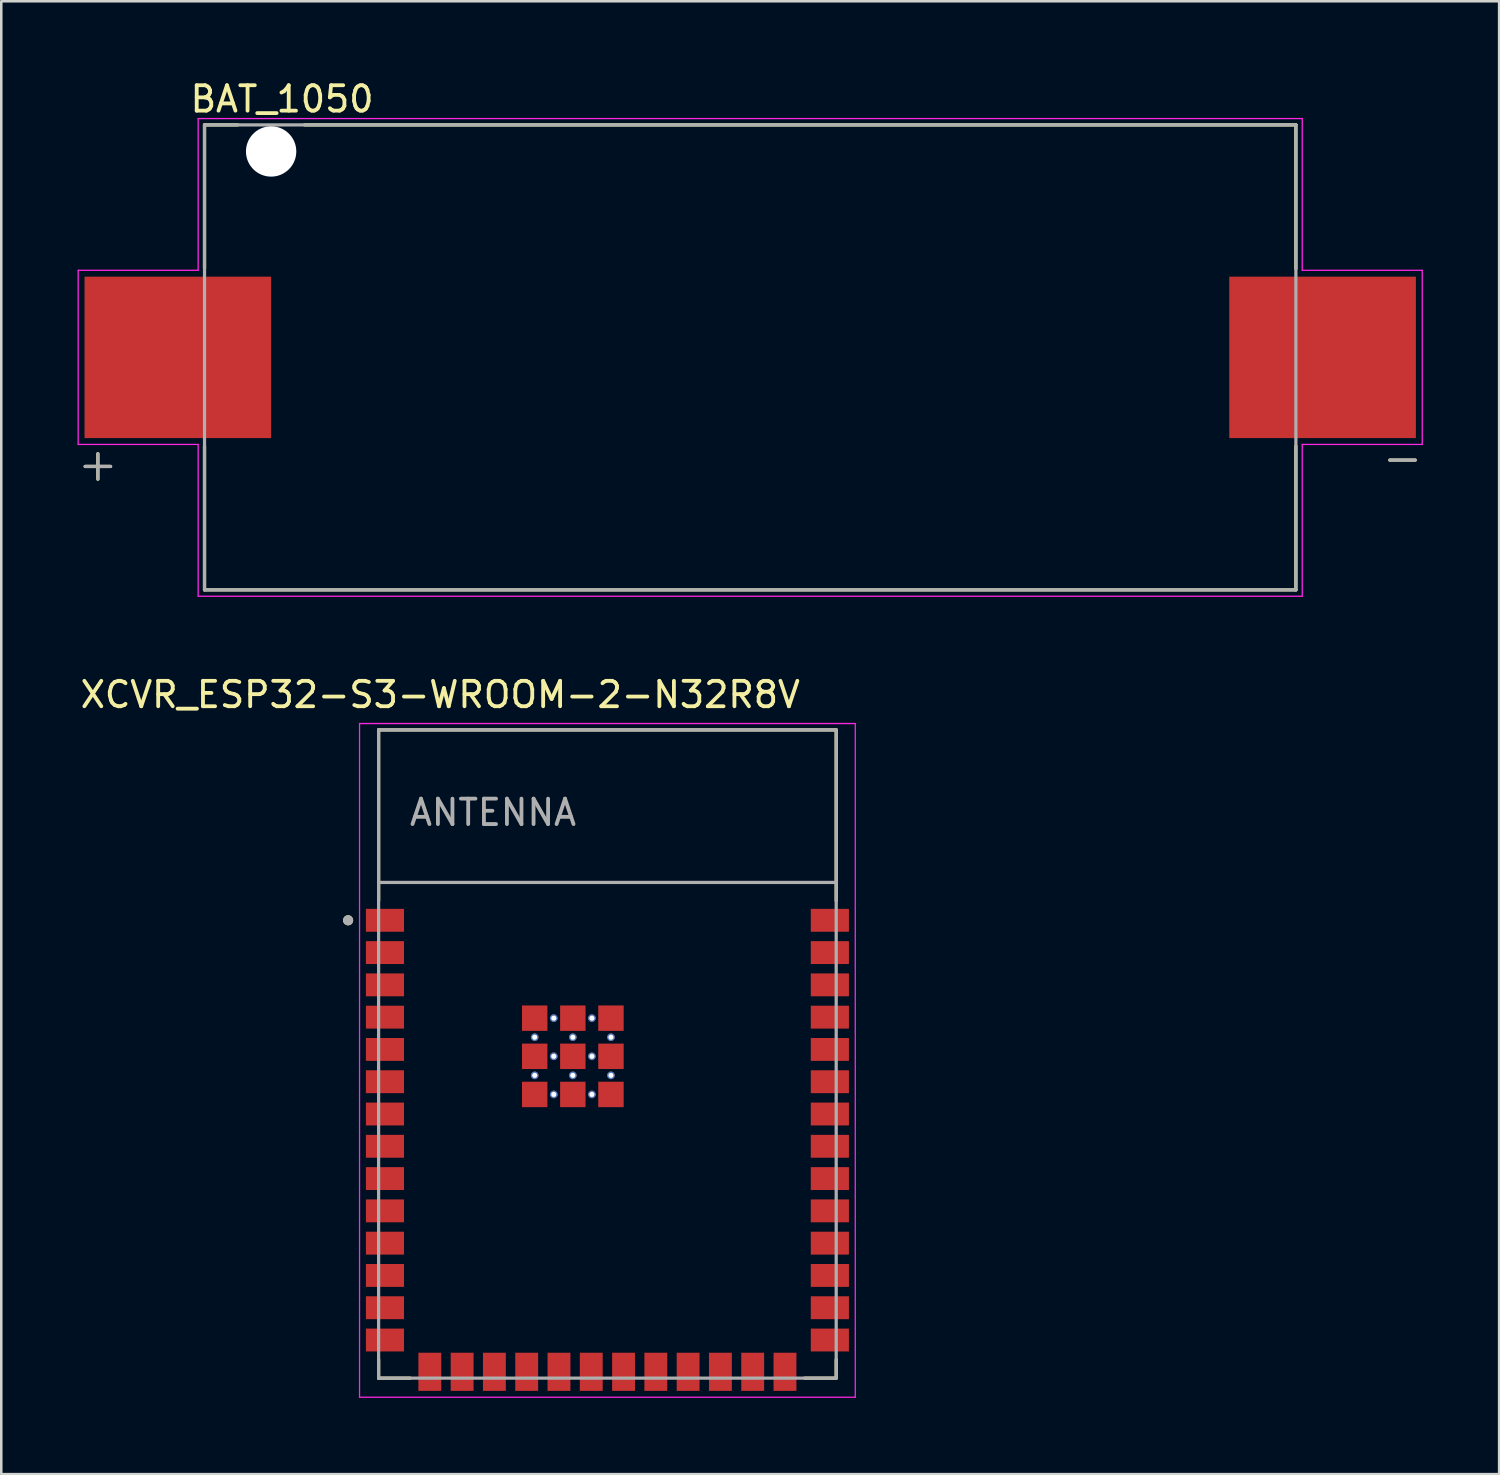
<source format=kicad_pcb>
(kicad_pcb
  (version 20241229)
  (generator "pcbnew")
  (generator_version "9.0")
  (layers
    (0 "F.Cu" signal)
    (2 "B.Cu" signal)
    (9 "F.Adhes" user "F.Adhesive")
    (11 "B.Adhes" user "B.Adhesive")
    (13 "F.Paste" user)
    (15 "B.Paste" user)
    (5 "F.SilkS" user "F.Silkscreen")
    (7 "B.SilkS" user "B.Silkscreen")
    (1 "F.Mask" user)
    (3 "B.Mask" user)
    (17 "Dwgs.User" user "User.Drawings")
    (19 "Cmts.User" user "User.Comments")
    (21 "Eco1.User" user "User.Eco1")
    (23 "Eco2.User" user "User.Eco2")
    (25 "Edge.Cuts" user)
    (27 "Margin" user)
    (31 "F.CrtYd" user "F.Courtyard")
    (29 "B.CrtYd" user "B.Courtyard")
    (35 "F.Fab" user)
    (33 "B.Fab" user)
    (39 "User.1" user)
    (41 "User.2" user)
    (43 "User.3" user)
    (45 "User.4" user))
  (footprint "BAT_1050"
    (layer "F.Cu")
    (at 26.46 11.008)
    (property "Reference" "BAT_1050" (at -18.415 -10.16 0) (layer "F.SilkS") (effects (font (size 1 1) (thickness 0.15))))
    (attr smd)
    (fp_line (start -26.16 4.29) (end -25.16 4.29) (stroke (width 0.127) (type solid)) (layer "F.SilkS"))
    (fp_line (start -25.66 3.79) (end -25.66 4.79) (stroke (width 0.127) (type solid)) (layer "F.SilkS"))
    (fp_line (start -21.465 -9.145) (end -20.16 -9.145) (stroke (width 0.127) (type solid)) (layer "F.SilkS"))
    (fp_line (start -21.465 -3.49) (end -21.465 -9.145) (stroke (width 0.127) (type solid)) (layer "F.SilkS"))
    (fp_line (start -21.465 9.145) (end -21.465 3.49) (stroke (width 0.127) (type solid)) (layer "F.SilkS"))
    (fp_line (start -17.53 -9.145) (end 21.465 -9.145) (stroke (width 0.127) (type solid)) (layer "F.SilkS"))
    (fp_line (start 21.465 -9.145) (end 21.465 -3.49) (stroke (width 0.127) (type solid)) (layer "F.SilkS"))
    (fp_line (start 21.465 3.49) (end 21.465 9.145) (stroke (width 0.127) (type solid)) (layer "F.SilkS"))
    (fp_line (start 21.465 9.145) (end -21.465 9.145) (stroke (width 0.127) (type solid)) (layer "F.SilkS"))
    (fp_line (start 25.16 4.04) (end 26.16 4.04) (stroke (width 0.127) (type solid)) (layer "F.SilkS"))
    (fp_line (start -26.435 -3.425) (end -26.435 3.425) (stroke (width 0.05) (type solid)) (layer "F.CrtYd"))
    (fp_line (start -26.435 -3.425) (end -21.715 -3.425) (stroke (width 0.05) (type solid)) (layer "F.CrtYd"))
    (fp_line (start -26.435 3.425) (end -21.715 3.425) (stroke (width 0.05) (type solid)) (layer "F.CrtYd"))
    (fp_line (start -21.715 -3.425) (end -21.715 -9.395) (stroke (width 0.05) (type solid)) (layer "F.CrtYd"))
    (fp_line (start -21.715 3.425) (end -21.715 9.395) (stroke (width 0.05) (type solid)) (layer "F.CrtYd"))
    (fp_line (start -21.715 9.395) (end 21.715 9.395) (stroke (width 0.05) (type solid)) (layer "F.CrtYd"))
    (fp_line (start 21.715 -9.395) (end -21.715 -9.395) (stroke (width 0.05) (type solid)) (layer "F.CrtYd"))
    (fp_line (start 21.715 -9.395) (end 21.715 -3.425) (stroke (width 0.05) (type solid)) (layer "F.CrtYd"))
    (fp_line (start 21.715 -3.425) (end 26.435 -3.425) (stroke (width 0.05) (type solid)) (layer "F.CrtYd"))
    (fp_line (start 21.715 3.425) (end 21.715 9.395) (stroke (width 0.05) (type solid)) (layer "F.CrtYd"))
    (fp_line (start 21.715 3.425) (end 26.435 3.425) (stroke (width 0.05) (type solid)) (layer "F.CrtYd"))
    (fp_line (start 26.435 3.425) (end 26.435 -3.425) (stroke (width 0.05) (type solid)) (layer "F.CrtYd"))
    (fp_line (start -26.16 4.29) (end -25.16 4.29) (stroke (width 0.127) (type solid)) (layer "F.Fab"))
    (fp_line (start -25.66 3.79) (end -25.66 4.79) (stroke (width 0.127) (type solid)) (layer "F.Fab"))
    (fp_line (start -21.465 -9.145) (end 21.465 -9.145) (stroke (width 0.127) (type solid)) (layer "F.Fab"))
    (fp_line (start -21.465 9.145) (end -21.465 -9.145) (stroke (width 0.127) (type solid)) (layer "F.Fab"))
    (fp_line (start 21.465 -9.145) (end 21.465 9.145) (stroke (width 0.127) (type solid)) (layer "F.Fab"))
    (fp_line (start 21.465 9.145) (end -21.465 9.145) (stroke (width 0.127) (type solid)) (layer "F.Fab"))
    (fp_line (start 25.16 4.04) (end 26.16 4.04) (stroke (width 0.127) (type solid)) (layer "F.Fab"))
    (pad "" np_thru_hole circle (at -18.845 -8.1) (size 1.98 1.98) (drill 1.98) (layers "*.Cu" "*.Mask"))
    (pad "N" smd rect (at 22.515 0) (size 7.34 6.35) (layers "F.Cu" "F.Mask" "F.Paste"))
    (pad "P" smd rect (at -22.515 0) (size 7.34 6.35) (layers "F.Cu" "F.Mask" "F.Paste")))
  (footprint "XCVR_ESP32-S3-WROOM-2-N32R8V"
    (layer "F.Cu")
    (at 20.843 38.411)
    (property "Reference" "XCVR_ESP32-S3-WROOM-2-N32R8V" (at -6.575 -14.135 0) (layer "F.SilkS") (effects (font (size 1 1) (thickness 0.15))))
    (attr smd)
    (fp_line (start -9 -12.75) (end 9 -12.75) (stroke (width 0.127) (type solid)) (layer "F.SilkS"))
    (fp_line (start -9 -6.03) (end -9 -12.75) (stroke (width 0.127) (type solid)) (layer "F.SilkS"))
    (fp_line (start -9 12.02) (end -9 12.75) (stroke (width 0.127) (type solid)) (layer "F.SilkS"))
    (fp_line (start -9 12.75) (end -7.755 12.75) (stroke (width 0.127) (type solid)) (layer "F.SilkS"))
    (fp_line (start 9 -12.75) (end 9 -6.03) (stroke (width 0.127) (type solid)) (layer "F.SilkS"))
    (fp_line (start 9 12.02) (end 9 12.75) (stroke (width 0.127) (type solid)) (layer "F.SilkS"))
    (fp_line (start 9 12.75) (end 7.755 12.75) (stroke (width 0.127) (type solid)) (layer "F.SilkS"))
    (fp_circle (center -10.2 -5.26) (end -10.1 -5.26) (stroke (width 0.2) (type solid)) (fill no) (layer "F.SilkS"))
    (fp_line (start -9.75 -13) (end 9.75 -13) (stroke (width 0.05) (type solid)) (layer "F.CrtYd"))
    (fp_line (start -9.75 13.5) (end -9.75 -13) (stroke (width 0.05) (type solid)) (layer "F.CrtYd"))
    (fp_line (start -9.75 13.5) (end 9.75 13.5) (stroke (width 0.05) (type solid)) (layer "F.CrtYd"))
    (fp_line (start 9.75 -13) (end 9.75 13.5) (stroke (width 0.05) (type solid)) (layer "F.CrtYd"))
    (fp_line (start -9 -12.75) (end 9 -12.75) (stroke (width 0.127) (type solid)) (layer "F.Fab"))
    (fp_line (start -9 -6.75) (end -9 -12.75) (stroke (width 0.127) (type solid)) (layer "F.Fab"))
    (fp_line (start -9 -6.75) (end 9 -6.75) (stroke (width 0.127) (type solid)) (layer "F.Fab"))
    (fp_line (start -9 12.75) (end -9 -6.75) (stroke (width 0.127) (type solid)) (layer "F.Fab"))
    (fp_line (start 9 -12.75) (end 9 -6.75) (stroke (width 0.127) (type solid)) (layer "F.Fab"))
    (fp_line (start 9 -6.75) (end 9 12.75) (stroke (width 0.127) (type solid)) (layer "F.Fab"))
    (fp_line (start 9 12.75) (end -9 12.75) (stroke (width 0.127) (type solid)) (layer "F.Fab"))
    (fp_circle (center -10.2 -5.26) (end -10.1 -5.26) (stroke (width 0.2) (type solid)) (fill no) (layer "F.Fab"))
    (fp_text user "ANTENNA" (at -4.5 -9.5 0) (layer "F.Fab") (effects (font (size 1 1) (thickness 0.15))))
    (pad "1" smd rect (at -8.75 -5.26) (size 1.5 0.9) (layers "F.Cu" "F.Mask" "F.Paste"))
    (pad "2" smd rect (at -8.75 -3.99) (size 1.5 0.9) (layers "F.Cu" "F.Mask" "F.Paste"))
    (pad "3" smd rect (at -8.75 -2.72) (size 1.5 0.9) (layers "F.Cu" "F.Mask" "F.Paste"))
    (pad "4" smd rect (at -8.75 -1.45) (size 1.5 0.9) (layers "F.Cu" "F.Mask" "F.Paste"))
    (pad "5" smd rect (at -8.75 -0.18) (size 1.5 0.9) (layers "F.Cu" "F.Mask" "F.Paste"))
    (pad "6" smd rect (at -8.75 1.09) (size 1.5 0.9) (layers "F.Cu" "F.Mask" "F.Paste"))
    (pad "7" smd rect (at -8.75 2.36) (size 1.5 0.9) (layers "F.Cu" "F.Mask" "F.Paste"))
    (pad "8" smd rect (at -8.75 3.63) (size 1.5 0.9) (layers "F.Cu" "F.Mask" "F.Paste"))
    (pad "9" smd rect (at -8.75 4.9) (size 1.5 0.9) (layers "F.Cu" "F.Mask" "F.Paste"))
    (pad "10" smd rect (at -8.75 6.17) (size 1.5 0.9) (layers "F.Cu" "F.Mask" "F.Paste"))
    (pad "11" smd rect (at -8.75 7.44) (size 1.5 0.9) (layers "F.Cu" "F.Mask" "F.Paste"))
    (pad "12" smd rect (at -8.75 8.71) (size 1.5 0.9) (layers "F.Cu" "F.Mask" "F.Paste"))
    (pad "13" smd rect (at -8.75 9.98) (size 1.5 0.9) (layers "F.Cu" "F.Mask" "F.Paste"))
    (pad "14" smd rect (at -8.75 11.25) (size 1.5 0.9) (layers "F.Cu" "F.Mask" "F.Paste"))
    (pad "15" smd rect (at -6.985 12.5) (size 0.9 1.5) (layers "F.Cu" "F.Mask" "F.Paste"))
    (pad "16" smd rect (at -5.715 12.5) (size 0.9 1.5) (layers "F.Cu" "F.Mask" "F.Paste"))
    (pad "17" smd rect (at -4.445 12.5) (size 0.9 1.5) (layers "F.Cu" "F.Mask" "F.Paste"))
    (pad "18" smd rect (at -3.175 12.5) (size 0.9 1.5) (layers "F.Cu" "F.Mask" "F.Paste"))
    (pad "19" smd rect (at -1.905 12.5) (size 0.9 1.5) (layers "F.Cu" "F.Mask" "F.Paste"))
    (pad "20" smd rect (at -0.635 12.5) (size 0.9 1.5) (layers "F.Cu" "F.Mask" "F.Paste"))
    (pad "21" smd rect (at 0.635 12.5) (size 0.9 1.5) (layers "F.Cu" "F.Mask" "F.Paste"))
    (pad "22" smd rect (at 1.905 12.5) (size 0.9 1.5) (layers "F.Cu" "F.Mask" "F.Paste"))
    (pad "23" smd rect (at 3.175 12.5) (size 0.9 1.5) (layers "F.Cu" "F.Mask" "F.Paste"))
    (pad "24" smd rect (at 4.445 12.5) (size 0.9 1.5) (layers "F.Cu" "F.Mask" "F.Paste"))
    (pad "25" smd rect (at 5.715 12.5) (size 0.9 1.5) (layers "F.Cu" "F.Mask" "F.Paste"))
    (pad "26" smd rect (at 6.985 12.5) (size 0.9 1.5) (layers "F.Cu" "F.Mask" "F.Paste"))
    (pad "27" smd rect (at 8.75 11.25) (size 1.5 0.9) (layers "F.Cu" "F.Mask" "F.Paste"))
    (pad "28" smd rect (at 8.75 9.98) (size 1.5 0.9) (layers "F.Cu" "F.Mask" "F.Paste"))
    (pad "29" smd rect (at 8.75 8.71) (size 1.5 0.9) (layers "F.Cu" "F.Mask" "F.Paste"))
    (pad "30" smd rect (at 8.75 7.44) (size 1.5 0.9) (layers "F.Cu" "F.Mask" "F.Paste"))
    (pad "31" smd rect (at 8.75 6.17) (size 1.5 0.9) (layers "F.Cu" "F.Mask" "F.Paste"))
    (pad "32" smd rect (at 8.75 4.9) (size 1.5 0.9) (layers "F.Cu" "F.Mask" "F.Paste"))
    (pad "33" smd rect (at 8.75 3.63) (size 1.5 0.9) (layers "F.Cu" "F.Mask" "F.Paste"))
    (pad "34" smd rect (at 8.75 2.36) (size 1.5 0.9) (layers "F.Cu" "F.Mask" "F.Paste"))
    (pad "35" smd rect (at 8.75 1.09) (size 1.5 0.9) (layers "F.Cu" "F.Mask" "F.Paste"))
    (pad "36" smd rect (at 8.75 -0.18) (size 1.5 0.9) (layers "F.Cu" "F.Mask" "F.Paste"))
    (pad "37" smd rect (at 8.75 -1.45) (size 1.5 0.9) (layers "F.Cu" "F.Mask" "F.Paste"))
    (pad "38" smd rect (at 8.75 -2.72) (size 1.5 0.9) (layers "F.Cu" "F.Mask" "F.Paste"))
    (pad "39" smd rect (at 8.75 -3.99) (size 1.5 0.9) (layers "F.Cu" "F.Mask" "F.Paste"))
    (pad "40" smd rect (at 8.75 -5.26) (size 1.5 0.9) (layers "F.Cu" "F.Mask" "F.Paste"))
    (pad "41_1" smd rect (at -1.36 0.09) (size 1 1) (layers "F.Cu" "F.Mask" "F.Paste"))
    (pad "41_2" smd rect (at -2.86 0.09) (size 1 1) (layers "F.Cu" "F.Mask" "F.Paste"))
    (pad "41_3" smd rect (at 0.14 0.09) (size 1 1) (layers "F.Cu" "F.Mask" "F.Paste"))
    (pad "41_4" smd rect (at -2.86 1.59) (size 1 1) (layers "F.Cu" "F.Mask" "F.Paste"))
    (pad "41_5" smd rect (at -1.36 1.59) (size 1 1) (layers "F.Cu" "F.Mask" "F.Paste"))
    (pad "41_6" smd rect (at 0.14 1.59) (size 1 1) (layers "F.Cu" "F.Mask" "F.Paste"))
    (pad "41_7" smd rect (at -2.86 -1.41) (size 1 1) (layers "F.Cu" "F.Mask" "F.Paste"))
    (pad "41_8" smd rect (at -1.36 -1.41) (size 1 1) (layers "F.Cu" "F.Mask" "F.Paste"))
    (pad "41_9" smd rect (at 0.14 -1.41) (size 1 1) (layers "F.Cu" "F.Mask" "F.Paste"))
    (pad "41_10" thru_hole circle (at -1.36 -0.66) (size 0.3 0.3) (drill 0.2) (layers "*.Cu"))
    (pad "41_11" thru_hole circle (at -2.86 -0.66) (size 0.3 0.3) (drill 0.2) (layers "*.Cu"))
    (pad "41_12" thru_hole circle (at 0.14 -0.66) (size 0.3 0.3) (drill 0.2) (layers "*.Cu"))
    (pad "41_13" thru_hole circle (at -2.86 0.84) (size 0.3 0.3) (drill 0.2) (layers "*.Cu"))
    (pad "41_14" thru_hole circle (at -1.36 0.84) (size 0.3 0.3) (drill 0.2) (layers "*.Cu"))
    (pad "41_15" thru_hole circle (at 0.14 0.84) (size 0.3 0.3) (drill 0.2) (layers "*.Cu"))
    (pad "41_16" thru_hole circle (at -2.11 -1.41) (size 0.3 0.3) (drill 0.2) (layers "*.Cu"))
    (pad "41_17" thru_hole circle (at -0.61 -1.41) (size 0.3 0.3) (drill 0.2) (layers "*.Cu"))
    (pad "41_18" thru_hole circle (at -2.11 0.09) (size 0.3 0.3) (drill 0.2) (layers "*.Cu"))
    (pad "41_19" thru_hole circle (at -0.61 0.09) (size 0.3 0.3) (drill 0.2) (layers "*.Cu"))
    (pad "41_20" thru_hole circle (at -2.11 1.59) (size 0.3 0.3) (drill 0.2) (layers "*.Cu"))
    (pad "41_21" thru_hole circle (at -0.61 1.59) (size 0.3 0.3) (drill 0.2) (layers "*.Cu"))
    (zone (net_name "") (layer "F.Cu") (hatch full 0.508) (connect_pads) (min_thickness 0.01) (filled_areas_thickness no) (keepout (tracks not_allowed) (vias not_allowed) (pads not_allowed) (copperpour not_allowed) (footprints allowed)) (placement (enabled no)) (fill) (polygon (pts (xy 11.843 25.662) (xy 29.843 25.662) (xy 29.843 31.662) (xy 11.843 31.662))))
    (zone (net_name "") (layers "F.Cu" "B.Cu") (hatch full 0.508) (connect_pads) (min_thickness 0.01) (filled_areas_thickness no) (keepout (tracks allowed) (vias not_allowed) (pads allowed) (copperpour allowed) (footprints allowed)) (placement (enabled no)) (fill) (polygon (pts (xy 11.843 25.662) (xy 29.843 25.662) (xy 29.843 31.662) (xy 11.843 31.662))))
    (zone (net_name "") (layer "B.Cu") (hatch full 0.508) (connect_pads) (min_thickness 0.01) (filled_areas_thickness no) (keepout (tracks not_allowed) (vias not_allowed) (pads not_allowed) (copperpour not_allowed) (footprints allowed)) (placement (enabled no)) (fill) (polygon (pts (xy 11.843 25.662) (xy 29.843 25.662) (xy 29.843 31.662) (xy 11.843 31.662)))))
  (gr_rect
    (start -3 -3)
    (end 55.92 54.937)
    (stroke (width 0.1) (type default))
    (fill no)
    (layer "Edge.Cuts")))
</source>
